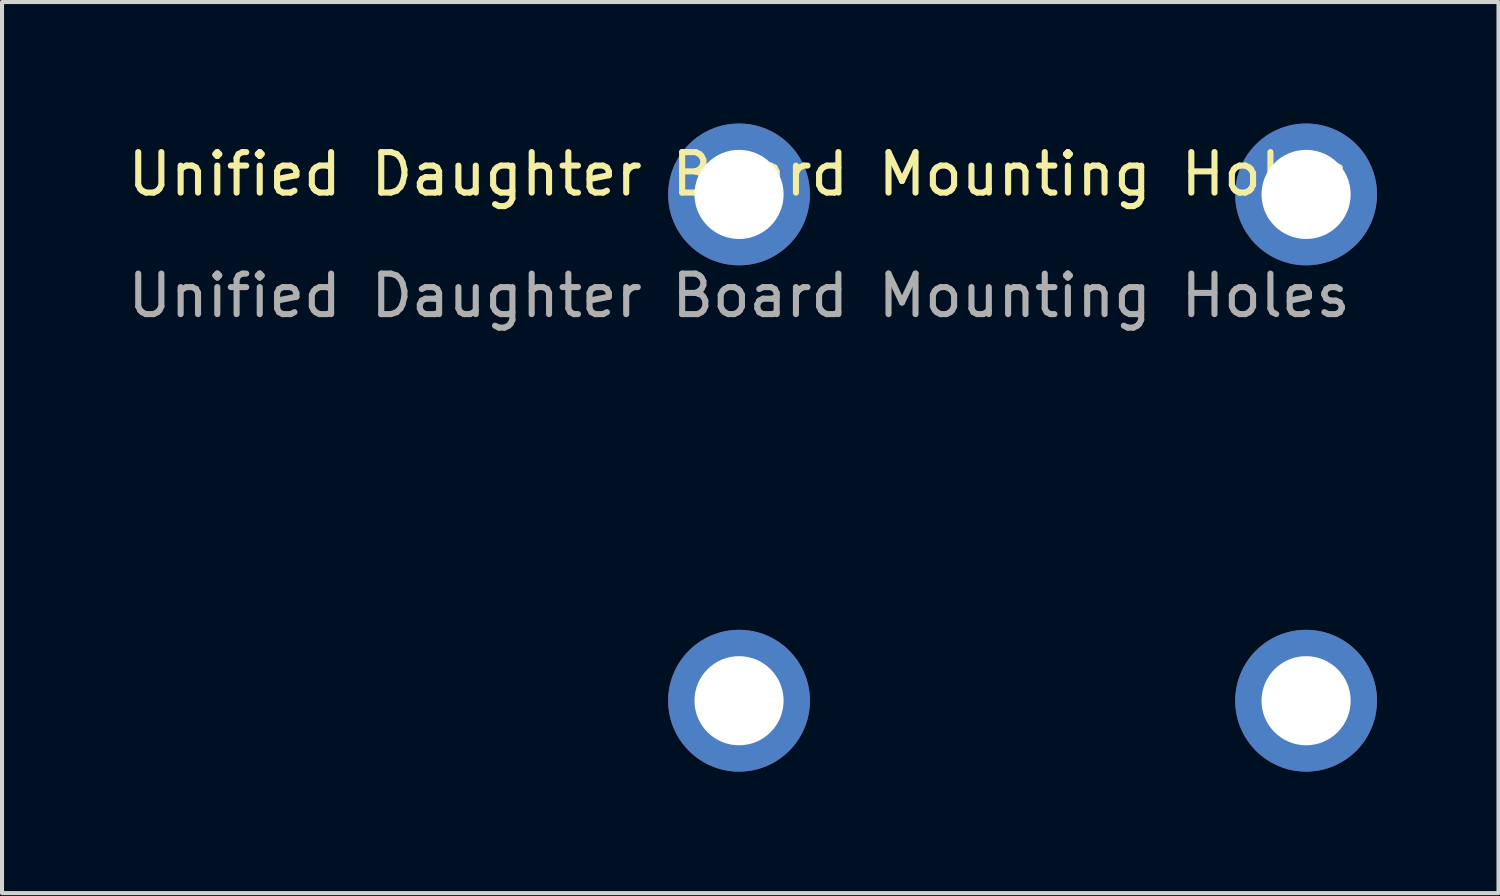
<source format=kicad_pcb>
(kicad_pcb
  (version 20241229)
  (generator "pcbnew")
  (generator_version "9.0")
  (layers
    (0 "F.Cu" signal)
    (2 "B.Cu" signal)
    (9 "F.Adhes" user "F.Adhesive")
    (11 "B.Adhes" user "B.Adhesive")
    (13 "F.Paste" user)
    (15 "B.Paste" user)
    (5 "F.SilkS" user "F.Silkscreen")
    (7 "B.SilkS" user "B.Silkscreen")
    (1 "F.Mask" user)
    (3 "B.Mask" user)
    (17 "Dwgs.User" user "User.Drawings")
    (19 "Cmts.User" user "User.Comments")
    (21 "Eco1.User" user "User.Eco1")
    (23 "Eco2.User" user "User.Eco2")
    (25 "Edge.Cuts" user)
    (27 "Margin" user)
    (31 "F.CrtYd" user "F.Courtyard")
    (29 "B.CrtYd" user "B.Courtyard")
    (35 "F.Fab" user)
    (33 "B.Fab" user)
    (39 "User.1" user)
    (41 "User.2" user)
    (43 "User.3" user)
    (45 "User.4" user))
  (footprint "Unified Daughter Board Mounting Holes"
    (layer "F.Cu")
    (at 15.196 1.75)
    (property "Reference" "Unified Daughter Board Mounting Holes" (at 0 -0.5 0) (unlocked yes) (layer "F.SilkS") (effects (font (size 1 1) (thickness 0.15))))
    (attr through_hole)
    (fp_text user "${REFERENCE}" (at 0 2.5 0) (unlocked yes) (layer "F.Fab") (effects (font (size 1 1) (thickness 0.15))))
    (pad "1" thru_hole circle (at 0 0) (size 3.5 3.5) (drill 2.2) (layers "*.Cu" "*.Mask"))
    (pad "1" thru_hole circle (at 0 12.5) (size 3.5 3.5) (drill 2.2) (layers "*.Cu" "*.Mask"))
    (pad "1" thru_hole circle (at 14 0) (size 3.5 3.5) (drill 2.2) (layers "*.Cu" "*.Mask"))
    (pad "1" thru_hole circle (at 14 12.5) (size 3.5 3.5) (drill 2.2) (layers "*.Cu" "*.Mask")))
  (gr_rect
    (start -3 -3)
    (end 33.946 19)
    (stroke (width 0.1) (type default))
    (fill no)
    (layer "Edge.Cuts")))
</source>
